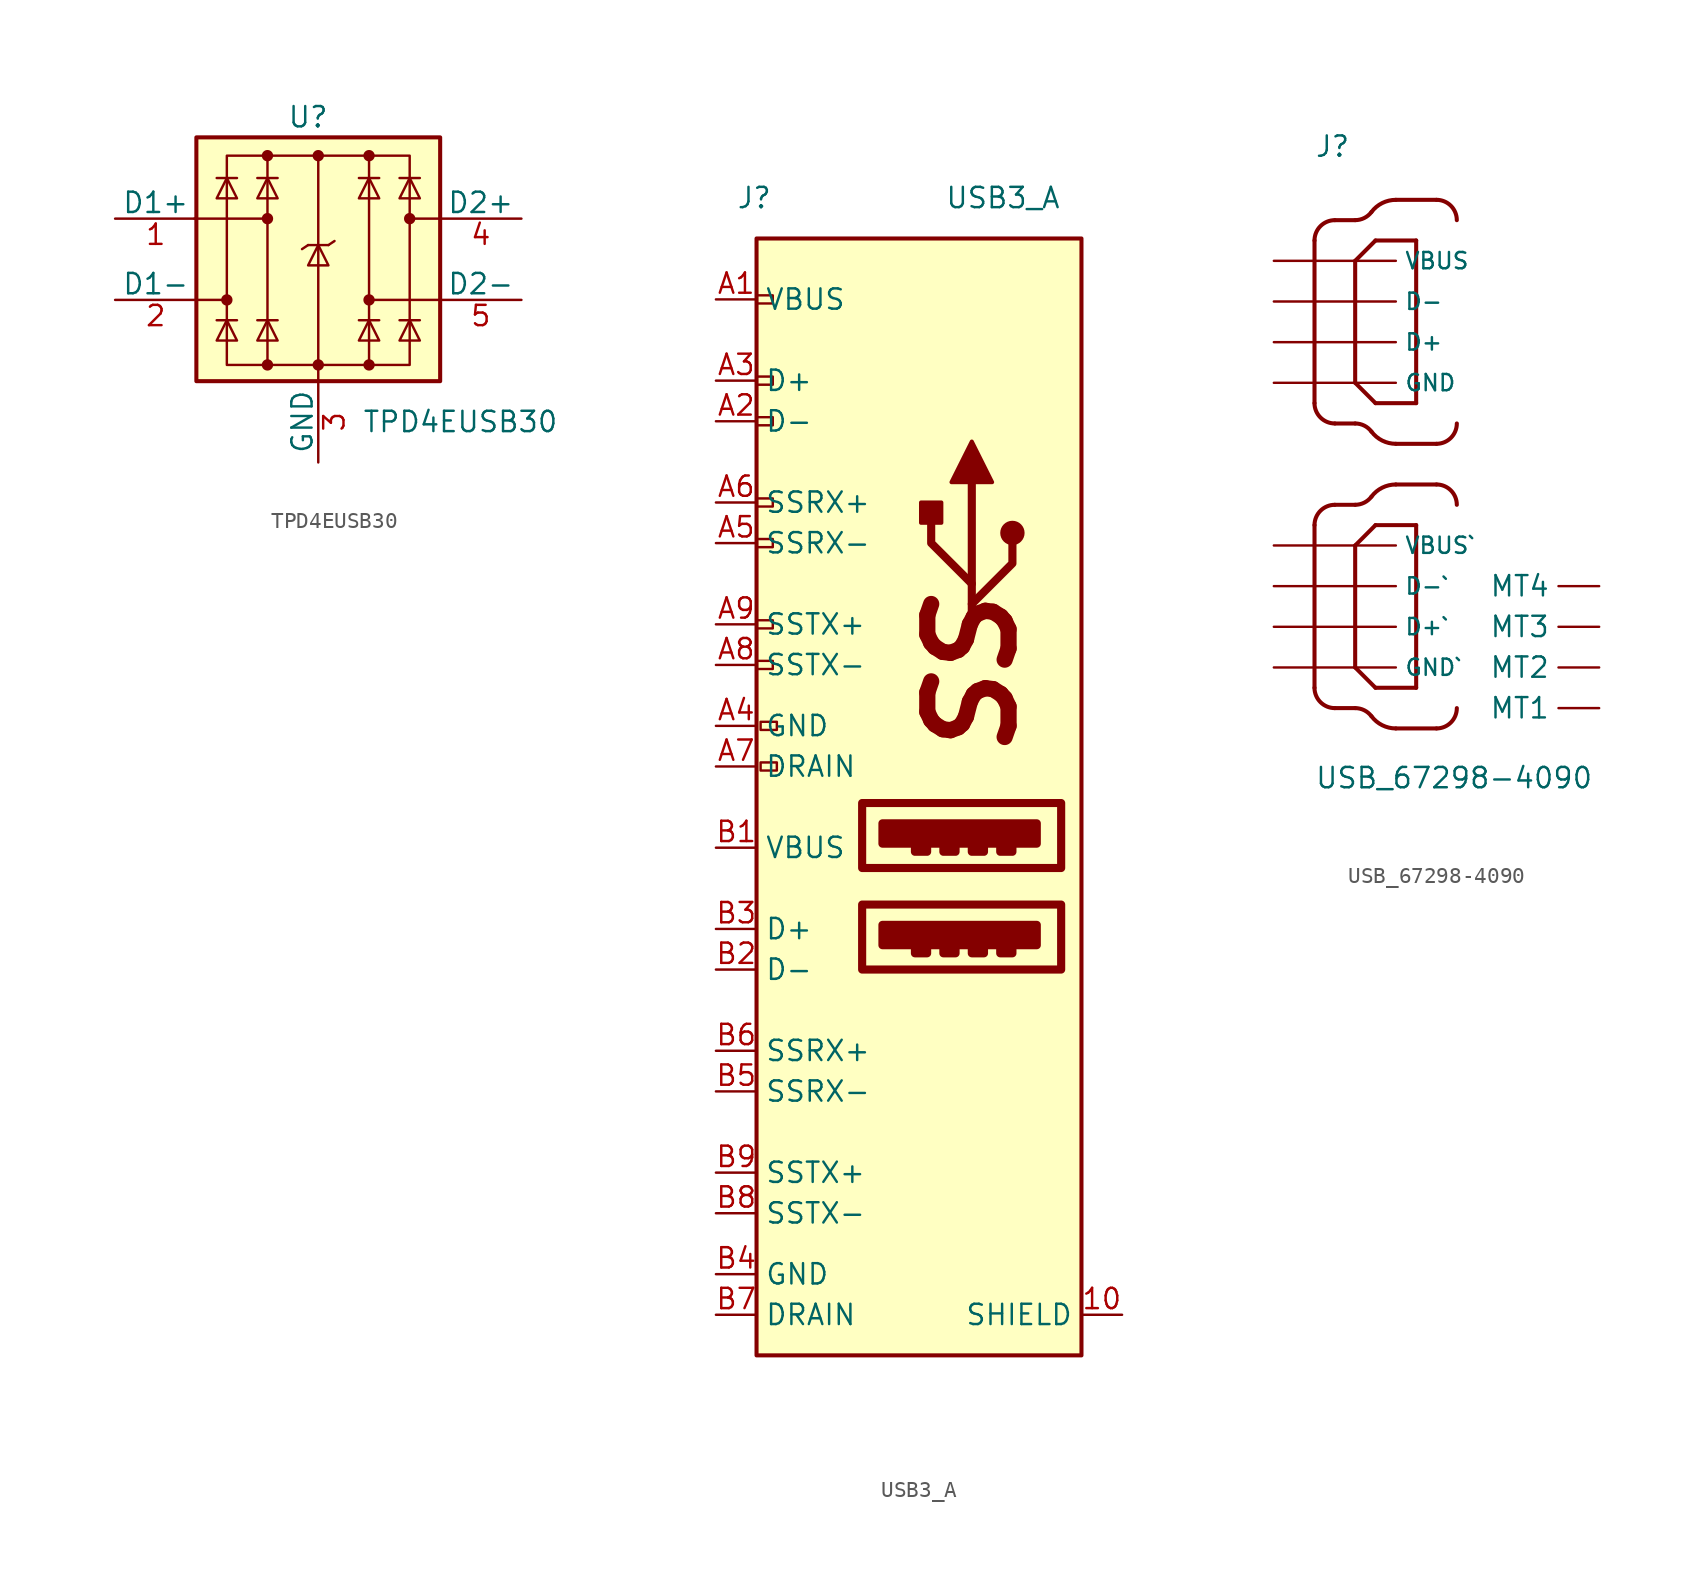
<source format=kicad_sym>
(kicad_symbol_lib
  (version 20201005)
  (generator kicad_symbol_editor)
  (symbol "RPi_CM4IO:TPD4EUSB30"
    (pin_names
      (offset 0))
    (property "Reference" "U"
      (at -0.635 8.89 0)
      (effects (font (size 1.27 1.27))))
    (property "Value" "TPD4EUSB30"
      (at 8.89 -10.16 0)
      (effects (font (size 1.27 1.27))))
    (symbol "TPD4EUSB30_0_0"
      (rectangle (start -5.715 6.477) (end 5.715 -6.604) (stroke (width 0)) (fill (type none)))
      (polyline (pts (xy -3.175 -6.604) (xy -3.175 6.477)) (stroke (width 0)) (fill (type none)))
      (polyline (pts (xy 0 6.477) (xy 0 -6.604)) (stroke (width 0)) (fill (type none)))
      (polyline (pts (xy 3.175 6.477) (xy 3.175 -6.604)) (stroke (width 0)) (fill (type none))))
    (symbol "TPD4EUSB30_0_1"
      (circle (center -5.715 -2.54) (radius 0.279) (stroke (width 0)) (fill (type outline)))
      (circle (center -3.175 -6.604) (radius 0.279) (stroke (width 0)) (fill (type outline)))
      (circle (center -3.175 2.54) (radius 0.279) (stroke (width 0)) (fill (type outline)))
      (circle (center -3.175 6.477) (radius 0.279) (stroke (width 0)) (fill (type outline)))
      (circle (center 0 -6.604) (radius 0.279) (stroke (width 0)) (fill (type outline)))
      (circle (center 0 6.477) (radius 0.279) (stroke (width 0)) (fill (type outline)))
      (circle (center 3.175 -6.604) (radius 0.279) (stroke (width 0)) (fill (type outline)))
      (circle (center 3.175 -2.54) (radius 0.279) (stroke (width 0)) (fill (type outline)))
      (circle (center 3.175 6.477) (radius 0.279) (stroke (width 0)) (fill (type outline)))
      (circle (center 5.715 2.54) (radius 0.279) (stroke (width 0)) (fill (type outline)))
      (rectangle (start -7.62 7.62) (end 7.62 -7.62) (stroke (width 0.254)) (fill (type background)))
      (polyline (pts (xy -7.747 2.54) (xy -3.175 2.54)) (stroke (width 0)) (fill (type none)))
      (polyline (pts (xy -7.62 -2.54) (xy -5.715 -2.54)) (stroke (width 0)) (fill (type none)))
      (polyline (pts (xy -5.08 -3.81) (xy -6.35 -3.81)) (stroke (width 0)) (fill (type none)))
      (polyline (pts (xy -5.08 5.08) (xy -6.35 5.08)) (stroke (width 0)) (fill (type none)))
      (polyline (pts (xy -2.54 -3.81) (xy -3.81 -3.81)) (stroke (width 0)) (fill (type none)))
      (polyline (pts (xy -2.54 5.08) (xy -3.81 5.08)) (stroke (width 0)) (fill (type none)))
      (polyline (pts (xy -0.635 0.889) (xy -1.016 0.635)) (stroke (width 0)) (fill (type none)))
      (polyline (pts (xy 0 -6.604) (xy 0 -7.62)) (stroke (width 0)) (fill (type none)))
      (polyline (pts (xy 0.635 0.889) (xy -0.635 0.889)) (stroke (width 0)) (fill (type none)))
      (polyline (pts (xy 0.635 0.889) (xy 1.016 1.143)) (stroke (width 0)) (fill (type none)))
      (polyline (pts (xy 3.81 -3.81) (xy 2.54 -3.81)) (stroke (width 0)) (fill (type none)))
      (polyline (pts (xy 3.81 5.08) (xy 2.54 5.08)) (stroke (width 0)) (fill (type none)))
      (polyline (pts (xy 6.35 -3.81) (xy 5.08 -3.81)) (stroke (width 0)) (fill (type none)))
      (polyline (pts (xy 6.35 5.08) (xy 5.08 5.08)) (stroke (width 0)) (fill (type none)))
      (polyline (pts (xy 7.62 -2.54) (xy 3.175 -2.54)) (stroke (width 0)) (fill (type none)))
      (polyline (pts (xy 7.62 2.54) (xy 5.715 2.54)) (stroke (width 0)) (fill (type none)))
      (polyline (pts (xy -5.08 -5.08) (xy -6.35 -5.08) (xy -5.715 -3.81) (xy -5.08 -5.08)) (stroke (width 0)) (fill (type none)))
      (polyline (pts (xy -5.08 3.81) (xy -6.35 3.81) (xy -5.715 5.08) (xy -5.08 3.81)) (stroke (width 0)) (fill (type none)))
      (polyline (pts (xy -2.54 -5.08) (xy -3.81 -5.08) (xy -3.175 -3.81) (xy -2.54 -5.08)) (stroke (width 0)) (fill (type none)))
      (polyline (pts (xy -2.54 3.81) (xy -3.81 3.81) (xy -3.175 5.08) (xy -2.54 3.81)) (stroke (width 0)) (fill (type none)))
      (polyline (pts (xy 0.635 -0.381) (xy -0.635 -0.381) (xy 0 0.889) (xy 0.635 -0.381)) (stroke (width 0)) (fill (type none)))
      (polyline (pts (xy 3.81 -5.08) (xy 2.54 -5.08) (xy 3.175 -3.81) (xy 3.81 -5.08)) (stroke (width 0)) (fill (type none)))
      (polyline (pts (xy 3.81 3.81) (xy 2.54 3.81) (xy 3.175 5.08) (xy 3.81 3.81)) (stroke (width 0)) (fill (type none)))
      (polyline (pts (xy 6.35 -5.08) (xy 5.08 -5.08) (xy 5.715 -3.81) (xy 6.35 -5.08)) (stroke (width 0)) (fill (type none)))
      (polyline (pts (xy 6.35 3.81) (xy 5.08 3.81) (xy 5.715 5.08) (xy 6.35 3.81)) (stroke (width 0)) (fill (type none))))
    (symbol "TPD4EUSB30_1_1"
      (pin passive line (at -12.7 2.54 0) (length 5.08) (name "D1+" (effects (font (size 1.27 1.27)))) (number "1" (effects (font (size 1.27 1.27)))))
      (pin passive line (at -12.7 2.54 0) (length 5.08) hide (name "~" (effects (font (size 1.27 1.27)))) (number "10" (effects (font (size 1.27 1.27)))))
      (pin passive line (at -12.7 -2.54 0) (length 5.08) (name "D1-" (effects (font (size 1.27 1.27)))) (number "2" (effects (font (size 1.27 1.27)))))
      (pin power_in line (at 0 -12.7 90) (length 5.08) (name "GND" (effects (font (size 1.27 1.27)))) (number "3" (effects (font (size 1.27 1.27)))))
      (pin passive line (at 12.7 2.54 180) (length 5.08) (name "D2+" (effects (font (size 1.27 1.27)))) (number "4" (effects (font (size 1.27 1.27)))))
      (pin passive line (at 12.7 -2.54 180) (length 5.08) (name "D2-" (effects (font (size 1.27 1.27)))) (number "5" (effects (font (size 1.27 1.27)))))
      (pin passive line (at 12.7 -2.54 180) (length 5.08) hide (name "~" (effects (font (size 1.27 1.27)))) (number "6" (effects (font (size 1.27 1.27)))))
      (pin passive line (at 12.7 2.54 180) (length 5.08) hide (name "~" (effects (font (size 1.27 1.27)))) (number "7" (effects (font (size 1.27 1.27)))))
      (pin passive line (at 0 -12.7 90) (length 5.08) hide (name "GND" (effects (font (size 1.27 1.27)))) (number "8" (effects (font (size 1.27 1.27)))))
      (pin passive line (at -12.7 -2.54 0) (length 5.08) hide (name "~" (effects (font (size 1.27 1.27)))) (number "9" (effects (font (size 1.27 1.27)))))))
  (symbol "RPi_CM4IO:USB3_A"
    (property "Reference" "J"
      (at -10.16 33.02 0)
      (effects (font (size 1.27 1.27)) (justify left)))
    (property "Value" "USB3_A"
      (at 10.16 33.02 0)
      (effects (font (size 1.27 1.27)) (justify right)))
    (symbol "USB3_A_1_1"
      (circle (center 7.112 12.065) (radius 0.635) (stroke (width 0.254)) (fill (type outline)))
      (text "SS" (at 4.572 3.175 900) (effects (font (size 5.08 5.08) bold italic)))
      (rectangle (start -8.89 4.064) (end -7.874 3.556) (stroke (width 0)) (fill (type none)))
      (rectangle (start -8.89 6.604) (end -7.874 6.096) (stroke (width 0)) (fill (type none)))
      (rectangle (start -8.89 11.684) (end -7.874 11.176) (stroke (width 0)) (fill (type none)))
      (rectangle (start -8.89 14.224) (end -7.874 13.716) (stroke (width 0)) (fill (type none)))
      (rectangle (start -8.89 19.304) (end -7.874 18.796) (stroke (width 0)) (fill (type none)))
      (rectangle (start -8.89 21.844) (end -7.874 21.336) (stroke (width 0)) (fill (type none)))
      (rectangle (start -8.89 26.924) (end -7.874 26.416) (stroke (width 0)) (fill (type none)))
      (rectangle (start -7.62 -2.286) (end -8.636 -2.794) (stroke (width 0)) (fill (type none)))
      (rectangle (start -7.62 0.254) (end -8.636 -0.254) (stroke (width 0)) (fill (type none)))
      (rectangle (start -2.286 -11.176) (end 10.16 -15.24) (stroke (width 0.508)) (fill (type none)))
      (rectangle (start -2.286 -4.826) (end 10.16 -8.89) (stroke (width 0.508)) (fill (type none)))
      (rectangle (start 1.016 -13.97) (end 1.778 -14.224) (stroke (width 0.508)) (fill (type none)))
      (rectangle (start 1.016 -7.62) (end 1.778 -7.874) (stroke (width 0.508)) (fill (type none)))
      (rectangle (start 2.794 -13.97) (end 3.556 -14.224) (stroke (width 0.508)) (fill (type none)))
      (rectangle (start 2.794 -7.62) (end 3.556 -7.874) (stroke (width 0.508)) (fill (type none)))
      (rectangle (start 4.572 -13.97) (end 5.334 -14.224) (stroke (width 0.508)) (fill (type none)))
      (rectangle (start 4.572 -7.62) (end 5.334 -7.874) (stroke (width 0.508)) (fill (type none)))
      (rectangle (start 6.35 -13.97) (end 7.112 -14.224) (stroke (width 0.508)) (fill (type none)))
      (rectangle (start 6.35 -7.62) (end 7.112 -7.874) (stroke (width 0.508)) (fill (type none)))
      (rectangle (start -1.016 -12.446) (end 8.636 -13.716) (stroke (width 0.508)) (fill (type outline)))
      (rectangle (start -1.016 -6.096) (end 8.636 -7.366) (stroke (width 0.508)) (fill (type outline)))
      (rectangle (start 2.667 12.7) (end 1.397 13.97) (stroke (width 0.254)) (fill (type outline)))
      (rectangle (start 11.43 30.48) (end -8.89 -39.37) (stroke (width 0.254)) (fill (type background)))
      (polyline (pts (xy 4.572 6.35) (xy 4.572 15.24)) (stroke (width 0.508)) (fill (type none)))
      (polyline (pts (xy 4.572 7.62) (xy 7.112 10.16) (xy 7.112 11.43)) (stroke (width 0.508)) (fill (type none)))
      (polyline (pts (xy 4.572 8.89) (xy 2.032 11.43) (xy 2.032 12.7)) (stroke (width 0.508)) (fill (type none)))
      (polyline (pts (xy 5.842 15.24) (xy 4.572 17.78) (xy 3.302 15.24) (xy 5.842 15.24)) (stroke (width 0.254)) (fill (type outline)))
      (pin passive line (at 13.97 -36.83 180) (length 2.54) (name "SHIELD" (effects (font (size 1.27 1.27)))) (number "10" (effects (font (size 1.27 1.27)))))
      (pin power_in line (at -11.43 26.67 0) (length 2.54) (name "VBUS" (effects (font (size 1.27 1.27)))) (number "A1" (effects (font (size 1.27 1.27)))))
      (pin bidirectional line (at -11.43 19.05 0) (length 2.54) (name "D-" (effects (font (size 1.27 1.27)))) (number "A2" (effects (font (size 1.27 1.27)))))
      (pin bidirectional line (at -11.43 21.59 0) (length 2.54) (name "D+" (effects (font (size 1.27 1.27)))) (number "A3" (effects (font (size 1.27 1.27)))))
      (pin power_in line (at -11.43 0 0) (length 2.54) (name "GND" (effects (font (size 1.27 1.27)))) (number "A4" (effects (font (size 1.27 1.27)))))
      (pin bidirectional line (at -11.43 11.43 0) (length 2.54) (name "SSRX-" (effects (font (size 1.27 1.27)))) (number "A5" (effects (font (size 1.27 1.27)))))
      (pin bidirectional line (at -11.43 13.97 0) (length 2.54) (name "SSRX+" (effects (font (size 1.27 1.27)))) (number "A6" (effects (font (size 1.27 1.27)))))
      (pin power_in line (at -11.43 -2.54 0) (length 2.54) (name "DRAIN" (effects (font (size 1.27 1.27)))) (number "A7" (effects (font (size 1.27 1.27)))))
      (pin bidirectional line (at -11.43 3.81 0) (length 2.54) (name "SSTX-" (effects (font (size 1.27 1.27)))) (number "A8" (effects (font (size 1.27 1.27)))))
      (pin bidirectional line (at -11.43 6.35 0) (length 2.54) (name "SSTX+" (effects (font (size 1.27 1.27)))) (number "A9" (effects (font (size 1.27 1.27)))))
      (pin power_in line (at -11.43 -7.62 0) (length 2.54) (name "VBUS" (effects (font (size 1.27 1.27)))) (number "B1" (effects (font (size 1.27 1.27)))))
      (pin bidirectional line (at -11.43 -15.24 0) (length 2.54) (name "D-" (effects (font (size 1.27 1.27)))) (number "B2" (effects (font (size 1.27 1.27)))))
      (pin bidirectional line (at -11.43 -12.7 0) (length 2.54) (name "D+" (effects (font (size 1.27 1.27)))) (number "B3" (effects (font (size 1.27 1.27)))))
      (pin power_in line (at -11.43 -34.29 0) (length 2.54) (name "GND" (effects (font (size 1.27 1.27)))) (number "B4" (effects (font (size 1.27 1.27)))))
      (pin bidirectional line (at -11.43 -22.86 0) (length 2.54) (name "SSRX-" (effects (font (size 1.27 1.27)))) (number "B5" (effects (font (size 1.27 1.27)))))
      (pin bidirectional line (at -11.43 -20.32 0) (length 2.54) (name "SSRX+" (effects (font (size 1.27 1.27)))) (number "B6" (effects (font (size 1.27 1.27)))))
      (pin power_in line (at -11.43 -36.83 0) (length 2.54) (name "DRAIN" (effects (font (size 1.27 1.27)))) (number "B7" (effects (font (size 1.27 1.27)))))
      (pin bidirectional line (at -11.43 -30.48 0) (length 2.54) (name "SSTX-" (effects (font (size 1.27 1.27)))) (number "B8" (effects (font (size 1.27 1.27)))))
      (pin bidirectional line (at -11.43 -27.94 0) (length 2.54) (name "SSTX+" (effects (font (size 1.27 1.27)))) (number "B9" (effects (font (size 1.27 1.27)))))))
  (symbol "RPi_CM4IO:USB_67298-4090"
    (pin_numbers hide)
    (property "Reference" "J"
      (at -5.08 21.641 0)
      (effects (font (size 1.27 1.27)) (justify left bottom)))
    (property "Value" "USB_67298-4090"
      (at -5.08 -17.805 0)
      (effects (font (size 1.27 1.27)) (justify left bottom)))
    (symbol "USB_67298-4090_0_0"
      (arc (start -5.08 -11.43) (end -3.81 -12.7) (radius (at -3.81 -11.43) (length 1.27) (angles 180 -90)) (stroke (width 0.254)) (fill (type none)))
      (arc (start -5.08 -1.27) (end -3.81 0) (radius (at -3.81 -1.27) (length 1.27) (angles 180 90)) (stroke (width 0.254)) (fill (type none)))
      (arc (start -5.08 6.35) (end -3.81 5.08) (radius (at -3.81 6.35) (length 1.27) (angles 180 -90)) (stroke (width 0.254)) (fill (type none)))
      (arc (start -5.08 16.51) (end -3.81 17.78) (radius (at -3.81 16.51) (length 1.27) (angles 180 90)) (stroke (width 0.254)) (fill (type none)))
      (arc (start -2.54 -12.7) (end -1.524 -13.208) (radius (at -2.54 -13.97) (length 1.27) (angles -143 -90)) (stroke (width 0.254)) (fill (type none)))
      (arc (start -2.54 0) (end -1.524 0.508) (radius (at -2.54 1.27) (length 1.27) (angles -90 -37)) (stroke (width 0.254)) (fill (type none)))
      (arc (start -2.54 5.08) (end -1.524 4.572) (radius (at -2.54 3.81) (length 1.27) (angles -143 -90)) (stroke (width 0.254)) (fill (type none)))
      (arc (start -2.54 17.78) (end -1.524 18.288) (radius (at -2.54 19.05) (length 1.27) (angles -90 -37)) (stroke (width 0.254)) (fill (type none)))
      (arc (start -1.524 -13.208) (end 0 -13.97) (radius (at 0 -12.065) (length 1.905) (angles -143 -90)) (stroke (width 0.254)) (fill (type none)))
      (arc (start -1.524 0.508) (end 0 1.27) (radius (at 0 -0.635) (length 1.905) (angles -90 -37)) (stroke (width 0.254)) (fill (type none)))
      (arc (start -1.524 4.572) (end 0 3.81) (radius (at 0 5.715) (length 1.905) (angles -143 -90)) (stroke (width 0.254)) (fill (type none)))
      (arc (start -1.524 18.288) (end 0 19.05) (radius (at 0 17.145) (length 1.905) (angles -90 -37)) (stroke (width 0.254)) (fill (type none)))
      (arc (start 2.54 -13.97) (end 3.81 -12.7) (radius (at 2.54 -12.7) (length 1.27) (angles -90 0)) (stroke (width 0.254)) (fill (type none)))
      (arc (start 2.54 1.27) (end 3.81 0) (radius (at 2.54 0) (length 1.27) (angles 90 0)) (stroke (width 0.254)) (fill (type none)))
      (arc (start 2.54 3.81) (end 3.81 5.08) (radius (at 2.54 5.08) (length 1.27) (angles -90 0)) (stroke (width 0.254)) (fill (type none)))
      (arc (start 2.54 19.05) (end 3.81 17.78) (radius (at 2.54 17.78) (length 1.27) (angles 90 0)) (stroke (width 0.254)) (fill (type none)))
      (polyline (pts (xy -5.08 -1.27) (xy -5.08 -11.43)) (stroke (width 0.254)) (fill (type none)))
      (polyline (pts (xy -5.08 16.51) (xy -5.08 6.35)) (stroke (width 0.254)) (fill (type none)))
      (polyline (pts (xy -3.81 -12.7) (xy -2.54 -12.7)) (stroke (width 0.254)) (fill (type none)))
      (polyline (pts (xy -3.81 0) (xy -2.54 0)) (stroke (width 0.254)) (fill (type none)))
      (polyline (pts (xy -3.81 5.08) (xy -2.54 5.08)) (stroke (width 0.254)) (fill (type none)))
      (polyline (pts (xy -3.81 17.78) (xy -2.54 17.78)) (stroke (width 0.254)) (fill (type none)))
      (polyline (pts (xy -2.54 -10.16) (xy -1.27 -11.43)) (stroke (width 0.254)) (fill (type none)))
      (polyline (pts (xy -2.54 -2.54) (xy -2.54 -10.16)) (stroke (width 0.254)) (fill (type none)))
      (polyline (pts (xy -2.54 7.62) (xy -1.27 6.35)) (stroke (width 0.254)) (fill (type none)))
      (polyline (pts (xy -2.54 15.24) (xy -2.54 7.62)) (stroke (width 0.254)) (fill (type none)))
      (polyline (pts (xy -1.27 -11.43) (xy 1.27 -11.43)) (stroke (width 0.254)) (fill (type none)))
      (polyline (pts (xy -1.27 -1.27) (xy -2.54 -2.54)) (stroke (width 0.254)) (fill (type none)))
      (polyline (pts (xy -1.27 6.35) (xy 1.27 6.35)) (stroke (width 0.254)) (fill (type none)))
      (polyline (pts (xy -1.27 16.51) (xy -2.54 15.24)) (stroke (width 0.254)) (fill (type none)))
      (polyline (pts (xy 0 -13.97) (xy 2.54 -13.97)) (stroke (width 0.254)) (fill (type none)))
      (polyline (pts (xy 0 1.27) (xy 2.54 1.27)) (stroke (width 0.254)) (fill (type none)))
      (polyline (pts (xy 0 3.81) (xy 2.54 3.81)) (stroke (width 0.254)) (fill (type none)))
      (polyline (pts (xy 0 19.05) (xy 2.54 19.05)) (stroke (width 0.254)) (fill (type none)))
      (polyline (pts (xy 1.27 -11.43) (xy 1.27 -1.27)) (stroke (width 0.254)) (fill (type none)))
      (polyline (pts (xy 1.27 -1.27) (xy -1.27 -1.27)) (stroke (width 0.254)) (fill (type none)))
      (polyline (pts (xy 1.27 6.35) (xy 1.27 16.51)) (stroke (width 0.254)) (fill (type none)))
      (polyline (pts (xy 1.27 16.51) (xy -1.27 16.51)) (stroke (width 0.254)) (fill (type none)))
      (pin power_in line (at -7.62 -2.54 0) (length 7.62) (name "VBUS`" (effects (font (size 1.016 1.016)))) (number "1" (effects (font (size 1.016 1.016)))))
      (pin passive line (at -7.62 -5.08 0) (length 7.62) (name "D-`" (effects (font (size 1.016 1.016)))) (number "2" (effects (font (size 1.016 1.016)))))
      (pin passive line (at -7.62 -7.62 0) (length 7.62) (name "D+`" (effects (font (size 1.016 1.016)))) (number "3" (effects (font (size 1.016 1.016)))))
      (pin power_in line (at -7.62 -10.16 0) (length 7.62) (name "GND`" (effects (font (size 1.016 1.016)))) (number "4" (effects (font (size 1.016 1.016)))))
      (pin power_in line (at -7.62 15.24 0) (length 7.62) (name "VBUS" (effects (font (size 1.016 1.016)))) (number "5" (effects (font (size 1.016 1.016)))))
      (pin passive line (at -7.62 12.7 0) (length 7.62) (name "D-" (effects (font (size 1.016 1.016)))) (number "6" (effects (font (size 1.016 1.016)))))
      (pin passive line (at -7.62 10.16 0) (length 7.62) (name "D+" (effects (font (size 1.016 1.016)))) (number "7" (effects (font (size 1.016 1.016)))))
      (pin power_in line (at -7.62 7.62 0) (length 7.62) (name "GND" (effects (font (size 1.016 1.016)))) (number "8" (effects (font (size 1.016 1.016)))))
      (pin passive line (at 12.7 -12.7 180) (length 2.54) (name "MT1" (effects (font (size 1.27 1.27)))) (number "MT1" (effects (font (size 1.27 1.27)))))
      (pin passive line (at 12.7 -10.16 180) (length 2.54) (name "MT2" (effects (font (size 1.27 1.27)))) (number "MT2" (effects (font (size 1.27 1.27)))))
      (pin passive line (at 12.7 -7.62 180) (length 2.54) (name "MT3" (effects (font (size 1.27 1.27)))) (number "MT3" (effects (font (size 1.27 1.27)))))
      (pin passive line (at 12.7 -5.08 180) (length 2.54) (name "MT4" (effects (font (size 1.27 1.27)))) (number "MT4" (effects (font (size 1.27 1.27))))))))
</source>
